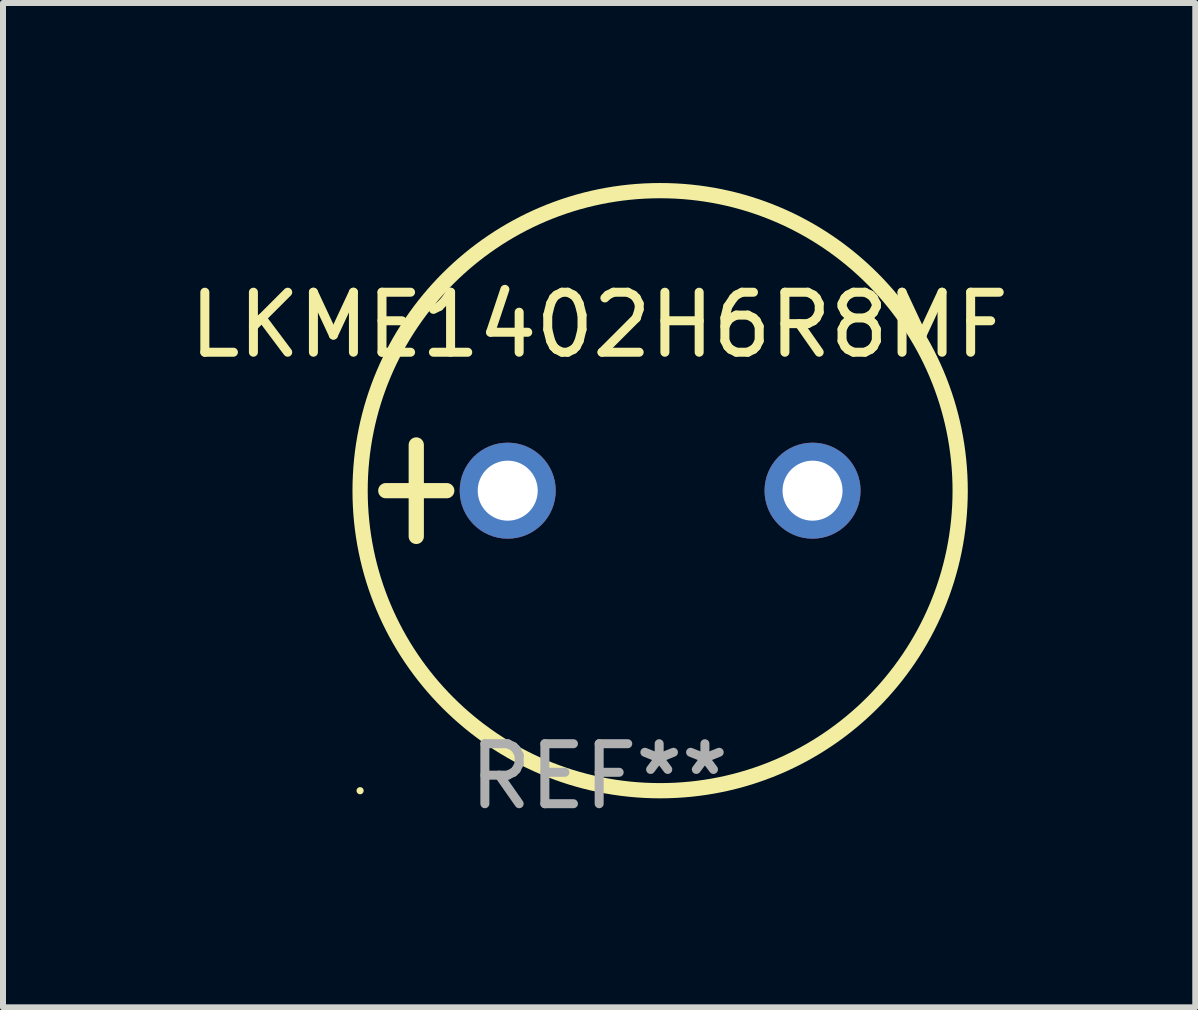
<source format=kicad_pcb>
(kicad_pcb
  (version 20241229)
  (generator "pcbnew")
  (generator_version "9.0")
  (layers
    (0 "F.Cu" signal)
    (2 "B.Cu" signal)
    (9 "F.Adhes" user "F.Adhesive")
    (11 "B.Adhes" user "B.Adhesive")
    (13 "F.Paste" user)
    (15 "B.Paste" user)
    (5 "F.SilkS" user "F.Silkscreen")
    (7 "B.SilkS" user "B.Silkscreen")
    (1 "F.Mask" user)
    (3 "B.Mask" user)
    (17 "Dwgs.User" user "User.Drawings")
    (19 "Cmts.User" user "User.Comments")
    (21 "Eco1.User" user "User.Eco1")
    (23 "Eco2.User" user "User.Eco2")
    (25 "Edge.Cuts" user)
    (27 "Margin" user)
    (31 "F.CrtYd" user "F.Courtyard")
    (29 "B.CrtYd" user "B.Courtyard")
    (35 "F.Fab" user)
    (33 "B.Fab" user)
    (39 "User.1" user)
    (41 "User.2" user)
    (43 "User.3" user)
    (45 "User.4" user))
  (footprint "LKME1402H6R8MF"
    (layer "F.Cu")
    (at 6.935 5.127)
    (property "Reference" "LKME1402H6R8MF" (at 0 -2.762 0) (layer "F.SilkS") (effects (font (size 1 1) (thickness 0.15))))
    (attr through_hole)
    (fp_line (start -3.556 0) (end -2.54 0) (stroke (width 0.254) (type solid)) (layer "F.SilkS"))
    (fp_line (start -3.048 -0.762) (end -3.048 0.762) (stroke (width 0.254) (type solid)) (layer "F.SilkS"))
    (fp_circle (center -3.984 5) (end -3.954 5) (stroke (width 0.06) (type solid)) (fill no) (layer "F.SilkS"))
    (fp_circle (center 1.016 0) (end 6.016 0) (stroke (width 0.254) (type solid)) (fill no) (layer "F.SilkS"))
    (fp_text user "REF**" (at 0 4.762 0) (layer "F.Fab") (effects (font (size 1 1) (thickness 0.15))))
    (pad "1" thru_hole circle (at -1.524 0) (size 1.6 1.6) (drill 1) (layers "*.Cu" "*.Mask"))
    (pad "2" thru_hole circle (at 3.556 0) (size 1.6 1.6) (drill 1) (layers "*.Cu" "*.Mask")))
  (gr_rect
    (start -3 -3)
    (end 16.869 13.737)
    (stroke (width 0.1) (type default))
    (fill no)
    (layer "Edge.Cuts")))
</source>
